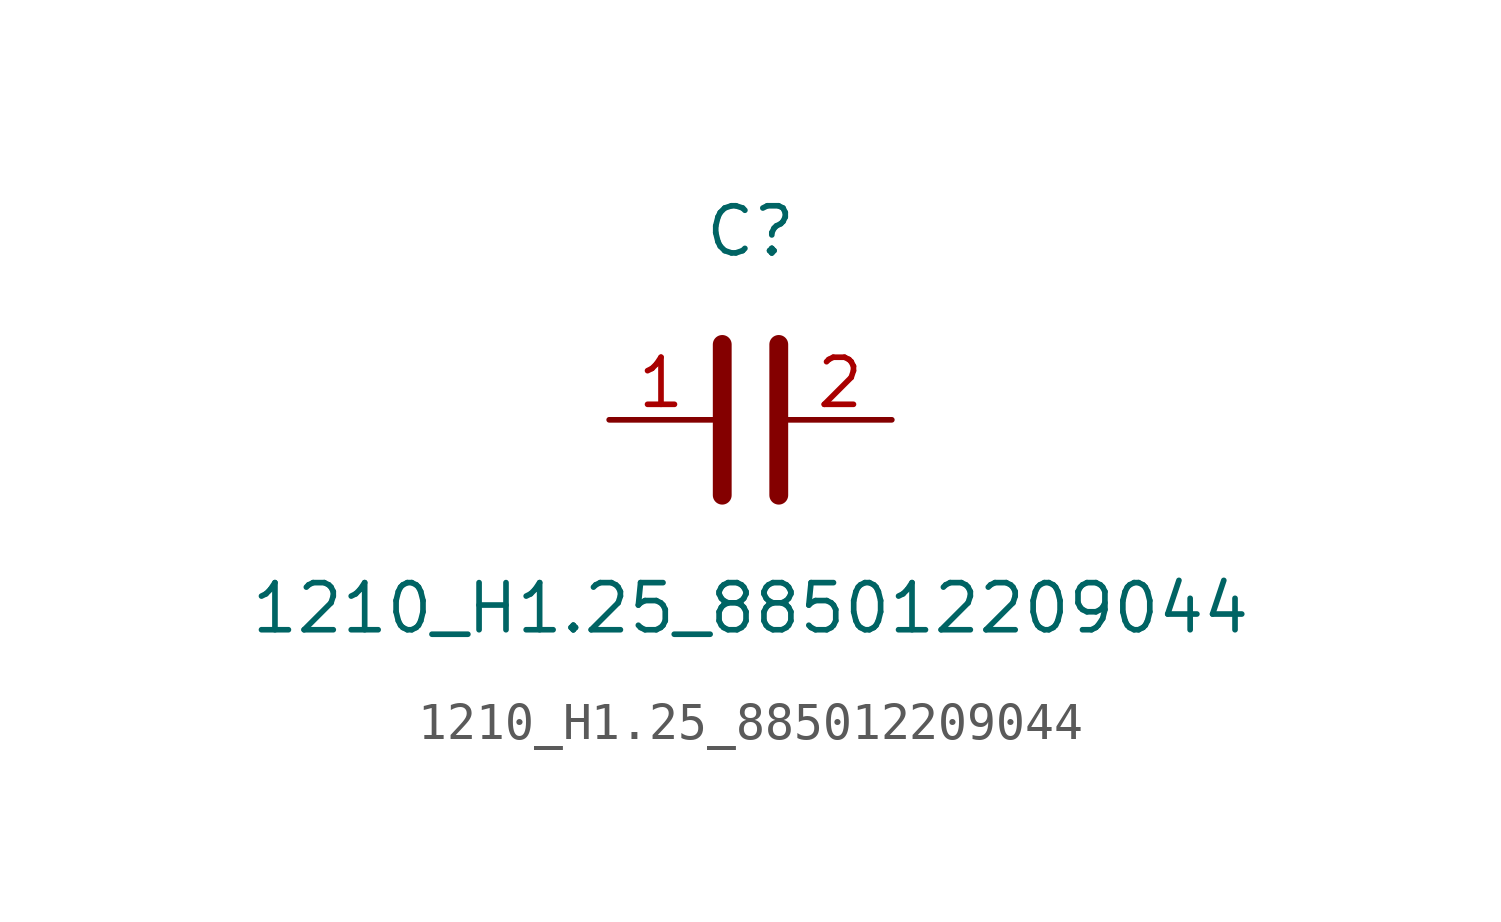
<source format=kicad_sym>
(kicad_symbol_lib
  (version 20220914)
  (generator kicad_symbol_editor)
  (symbol "1210_H1.25_885012209044"
    (pin_names hide)
    (property "Reference" "C"
      (at 0 5.08 0)
      (effects (font (size 1.27 1.27))))
    (property "Value" "1210_H1.25_885012209044"
      (at 0 -5.08 0)
      (effects (font (size 1.27 1.27))))
    (symbol "1210_H1.25_885012209044_0_1"
      (polyline (pts (xy -0.762 -2.032) (xy -0.762 2.032)) (stroke (width 0.508) (type default)) (fill (type none)))
      (polyline (pts (xy 0.762 -2.032) (xy 0.762 2.032)) (stroke (width 0.508) (type default)) (fill (type none))))
    (symbol "1210_H1.25_885012209044_1_1"
      (pin passive line (at -3.81 0 0) (length 2.794) (name "1" (effects (font (size 1.27 1.27)))) (number "1" (effects (font (size 1.27 1.27)))))
      (pin passive line (at 3.81 0 180) (length 2.794) (name "2" (effects (font (size 1.27 1.27)))) (number "2" (effects (font (size 1.27 1.27))))))))
</source>
